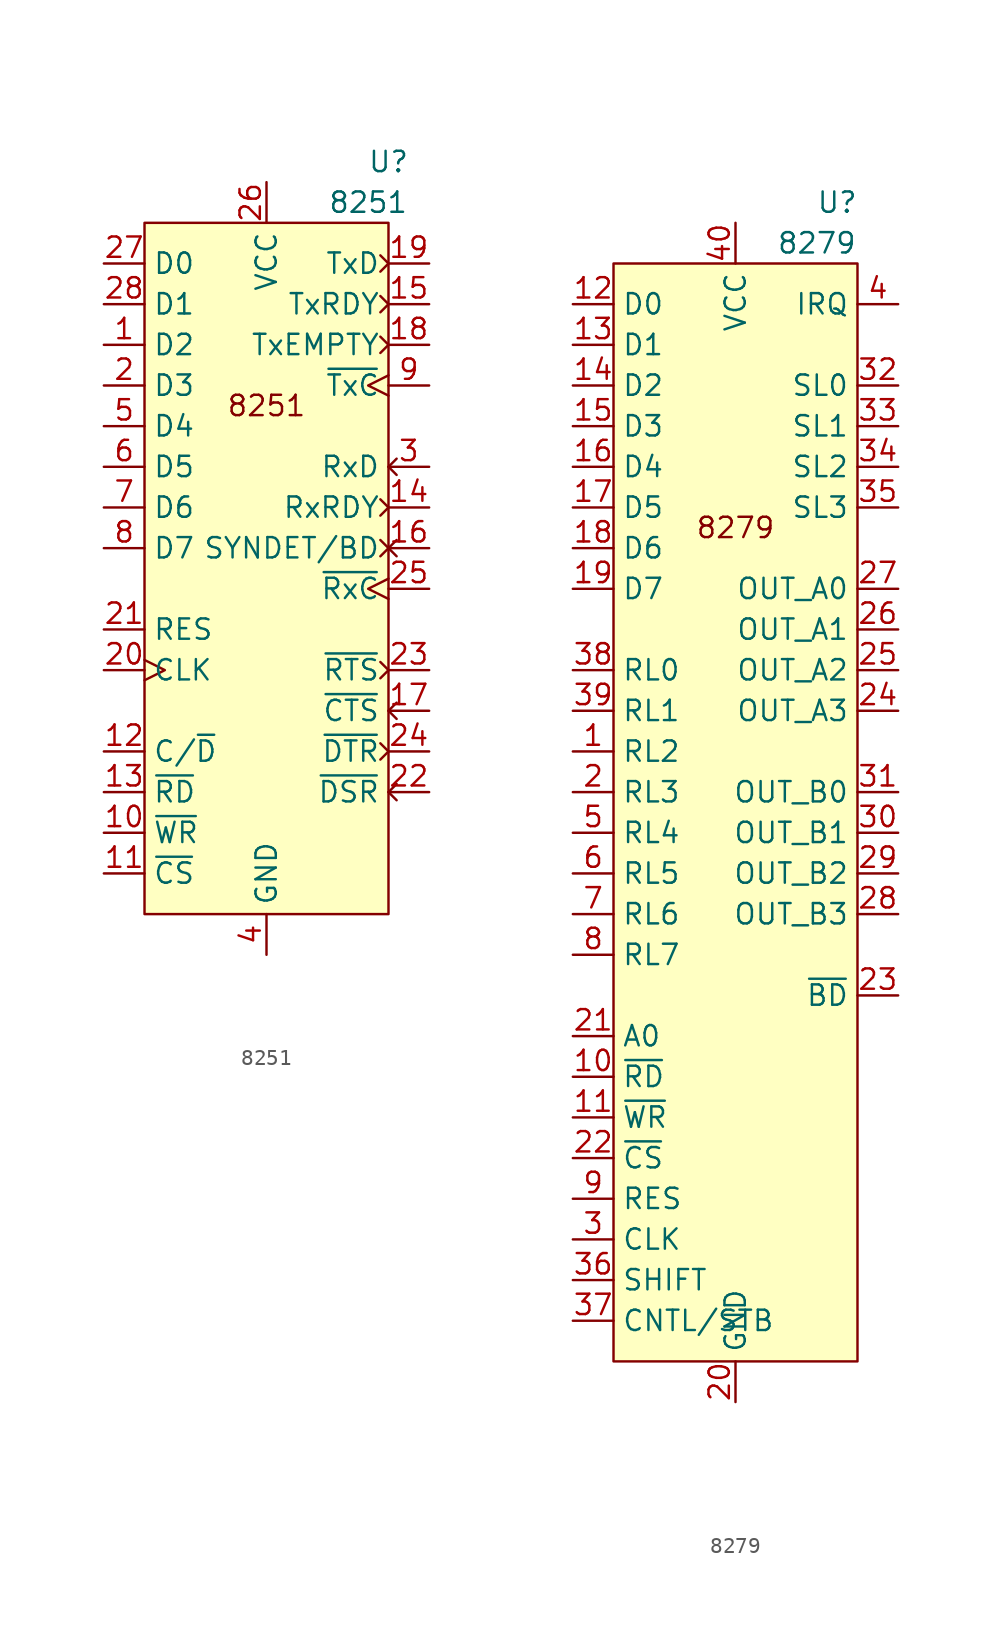
<source format=kicad_sym>
(kicad_symbol_lib
  (version 20220914)
  (generator kicad_symbol_editor)
  (symbol "8251"
    (property "Reference" "U"
      (at 7.62 25.4 0)
      (effects (font (size 1.27 1.27))))
    (property "Value" "8251"
      (at 6.35 22.86 0)
      (effects (font (size 1.27 1.27))))
    (symbol "8251_1_1"
      (rectangle (start -7.62 21.59) (end 7.62 -21.59) (stroke (width 0) (type default)) (fill (type background)))
      (polyline (pts (xy 7.112 1.778) (xy 8.128 0.762)) (stroke (width 0) (type default)) (fill (type none)))
      (polyline (pts (xy 8.128 1.778) (xy 7.112 0.762)) (stroke (width 0) (type default)) (fill (type none)))
      (polyline (pts (xy 7.112 -10.922) (xy 7.62 -11.43) (xy 7.112 -11.938)) (stroke (width 0) (type default)) (fill (type none)))
      (polyline (pts (xy 7.112 -5.842) (xy 7.62 -6.35) (xy 7.112 -6.858)) (stroke (width 0) (type default)) (fill (type none)))
      (polyline (pts (xy 7.112 4.318) (xy 7.62 3.81) (xy 7.112 3.302)) (stroke (width 0) (type default)) (fill (type none)))
      (polyline (pts (xy 7.112 14.478) (xy 7.62 13.97) (xy 7.112 13.462)) (stroke (width 0) (type default)) (fill (type none)))
      (polyline (pts (xy 7.112 17.018) (xy 7.62 16.51) (xy 7.112 16.002)) (stroke (width 0) (type default)) (fill (type none)))
      (polyline (pts (xy 7.112 19.558) (xy 7.62 19.05) (xy 7.112 18.542)) (stroke (width 0) (type default)) (fill (type none)))
      (polyline (pts (xy 8.128 -13.462) (xy 7.62 -13.97) (xy 8.128 -14.478)) (stroke (width 0) (type default)) (fill (type none)))
      (polyline (pts (xy 8.128 -8.382) (xy 7.62 -8.89) (xy 8.128 -9.398)) (stroke (width 0) (type default)) (fill (type none)))
      (polyline (pts (xy 8.128 6.858) (xy 7.62 6.35) (xy 8.128 5.842)) (stroke (width 0) (type default)) (fill (type none)))
      (text "8251" (at 0 10.16 0) (effects (font (size 1.27 1.27))))
      (pin bidirectional line (at -10.16 13.97 0) (length 2.54) (name "D2" (effects (font (size 1.27 1.27)))) (number "1" (effects (font (size 1.27 1.27)))))
      (pin bidirectional line (at -10.16 -16.51 0) (length 2.54) (name "~{WR}" (effects (font (size 1.27 1.27)))) (number "10" (effects (font (size 1.27 1.27)))))
      (pin bidirectional line (at -10.16 -19.05 0) (length 2.54) (name "~{CS}" (effects (font (size 1.27 1.27)))) (number "11" (effects (font (size 1.27 1.27)))))
      (pin bidirectional line (at -10.16 -11.43 0) (length 2.54) (name "C/~{D}" (effects (font (size 1.27 1.27)))) (number "12" (effects (font (size 1.27 1.27)))))
      (pin bidirectional line (at -10.16 -13.97 0) (length 2.54) (name "~{RD}" (effects (font (size 1.27 1.27)))) (number "13" (effects (font (size 1.27 1.27)))))
      (pin output line (at 10.16 3.81 180) (length 2.54) (name "RxRDY" (effects (font (size 1.27 1.27)))) (number "14" (effects (font (size 1.27 1.27)))))
      (pin output line (at 10.16 16.51 180) (length 2.54) (name "TxRDY" (effects (font (size 1.27 1.27)))) (number "15" (effects (font (size 1.27 1.27)))))
      (pin bidirectional line (at 10.16 1.27 180) (length 2.54) (name "SYNDET/BD" (effects (font (size 1.27 1.27)))) (number "16" (effects (font (size 1.27 1.27)))))
      (pin input line (at 10.16 -8.89 180) (length 2.54) (name "~{CTS}" (effects (font (size 1.27 1.27)))) (number "17" (effects (font (size 1.27 1.27)))))
      (pin output line (at 10.16 13.97 180) (length 2.54) (name "TxEMPTY" (effects (font (size 1.27 1.27)))) (number "18" (effects (font (size 1.27 1.27)))))
      (pin output line (at 10.16 19.05 180) (length 2.54) (name "TxD" (effects (font (size 1.27 1.27)))) (number "19" (effects (font (size 1.27 1.27)))))
      (pin bidirectional line (at -10.16 11.43 0) (length 2.54) (name "D3" (effects (font (size 1.27 1.27)))) (number "2" (effects (font (size 1.27 1.27)))))
      (pin bidirectional clock (at -10.16 -6.35 0) (length 2.54) (name "CLK" (effects (font (size 1.27 1.27)))) (number "20" (effects (font (size 1.27 1.27)))))
      (pin bidirectional line (at -10.16 -3.81 0) (length 2.54) (name "RES" (effects (font (size 1.27 1.27)))) (number "21" (effects (font (size 1.27 1.27)))))
      (pin input line (at 10.16 -13.97 180) (length 2.54) (name "~{DSR}" (effects (font (size 1.27 1.27)))) (number "22" (effects (font (size 1.27 1.27)))))
      (pin output line (at 10.16 -6.35 180) (length 2.54) (name "~{RTS}" (effects (font (size 1.27 1.27)))) (number "23" (effects (font (size 1.27 1.27)))))
      (pin output line (at 10.16 -11.43 180) (length 2.54) (name "~{DTR}" (effects (font (size 1.27 1.27)))) (number "24" (effects (font (size 1.27 1.27)))))
      (pin input clock (at 10.16 -1.27 180) (length 2.54) (name "~{RxC}" (effects (font (size 1.27 1.27)))) (number "25" (effects (font (size 1.27 1.27)))))
      (pin input line (at 0 24.13 270) (length 2.54) (name "VCC" (effects (font (size 1.27 1.27)))) (number "26" (effects (font (size 1.27 1.27)))))
      (pin bidirectional line (at -10.16 19.05 0) (length 2.54) (name "D0" (effects (font (size 1.27 1.27)))) (number "27" (effects (font (size 1.27 1.27)))))
      (pin bidirectional line (at -10.16 16.51 0) (length 2.54) (name "D1" (effects (font (size 1.27 1.27)))) (number "28" (effects (font (size 1.27 1.27)))))
      (pin input line (at 10.16 6.35 180) (length 2.54) (name "RxD" (effects (font (size 1.27 1.27)))) (number "3" (effects (font (size 1.27 1.27)))))
      (pin input line (at 0 -24.13 90) (length 2.54) (name "GND" (effects (font (size 1.27 1.27)))) (number "4" (effects (font (size 1.27 1.27)))))
      (pin bidirectional line (at -10.16 8.89 0) (length 2.54) (name "D4" (effects (font (size 1.27 1.27)))) (number "5" (effects (font (size 1.27 1.27)))))
      (pin bidirectional line (at -10.16 6.35 0) (length 2.54) (name "D5" (effects (font (size 1.27 1.27)))) (number "6" (effects (font (size 1.27 1.27)))))
      (pin bidirectional line (at -10.16 3.81 0) (length 2.54) (name "D6" (effects (font (size 1.27 1.27)))) (number "7" (effects (font (size 1.27 1.27)))))
      (pin bidirectional line (at -10.16 1.27 0) (length 2.54) (name "D7" (effects (font (size 1.27 1.27)))) (number "8" (effects (font (size 1.27 1.27)))))
      (pin input clock (at 10.16 11.43 180) (length 2.54) (name "~{TxC}" (effects (font (size 1.27 1.27)))) (number "9" (effects (font (size 1.27 1.27)))))))
  (symbol "8279"
    (property "Reference" "U"
      (at 6.35 33.02 0)
      (effects (font (size 1.27 1.27))))
    (property "Value" "8279"
      (at 5.08 30.48 0)
      (effects (font (size 1.27 1.27))))
    (symbol "8279_1_1"
      (rectangle (start -7.62 29.21) (end 7.62 -39.37) (stroke (width 0) (type default)) (fill (type background)))
      (text "8279" (at 0 12.7 0) (effects (font (size 1.27 1.27))))
      (pin input line (at -10.16 -1.27 0) (length 2.54) (name "RL2" (effects (font (size 1.27 1.27)))) (number "1" (effects (font (size 1.27 1.27)))))
      (pin input line (at -10.16 -21.59 0) (length 2.54) (name "~{RD}" (effects (font (size 1.27 1.27)))) (number "10" (effects (font (size 1.27 1.27)))))
      (pin input line (at -10.16 -24.13 0) (length 2.54) (name "~{WR}" (effects (font (size 1.27 1.27)))) (number "11" (effects (font (size 1.27 1.27)))))
      (pin bidirectional line (at -10.16 26.67 0) (length 2.54) (name "D0" (effects (font (size 1.27 1.27)))) (number "12" (effects (font (size 1.27 1.27)))))
      (pin bidirectional line (at -10.16 24.13 0) (length 2.54) (name "D1" (effects (font (size 1.27 1.27)))) (number "13" (effects (font (size 1.27 1.27)))))
      (pin bidirectional line (at -10.16 21.59 0) (length 2.54) (name "D2" (effects (font (size 1.27 1.27)))) (number "14" (effects (font (size 1.27 1.27)))))
      (pin bidirectional line (at -10.16 19.05 0) (length 2.54) (name "D3" (effects (font (size 1.27 1.27)))) (number "15" (effects (font (size 1.27 1.27)))))
      (pin bidirectional line (at -10.16 16.51 0) (length 2.54) (name "D4" (effects (font (size 1.27 1.27)))) (number "16" (effects (font (size 1.27 1.27)))))
      (pin bidirectional line (at -10.16 13.97 0) (length 2.54) (name "D5" (effects (font (size 1.27 1.27)))) (number "17" (effects (font (size 1.27 1.27)))))
      (pin bidirectional line (at -10.16 11.43 0) (length 2.54) (name "D6" (effects (font (size 1.27 1.27)))) (number "18" (effects (font (size 1.27 1.27)))))
      (pin bidirectional line (at -10.16 8.89 0) (length 2.54) (name "D7" (effects (font (size 1.27 1.27)))) (number "19" (effects (font (size 1.27 1.27)))))
      (pin input line (at -10.16 -3.81 0) (length 2.54) (name "RL3" (effects (font (size 1.27 1.27)))) (number "2" (effects (font (size 1.27 1.27)))))
      (pin power_in line (at 0 -41.91 90) (length 2.54) (name "GND" (effects (font (size 1.27 1.27)))) (number "20" (effects (font (size 1.27 1.27)))))
      (pin input line (at -10.16 -19.05 0) (length 2.54) (name "A0" (effects (font (size 1.27 1.27)))) (number "21" (effects (font (size 1.27 1.27)))))
      (pin input line (at -10.16 -26.67 0) (length 2.54) (name "~{CS}" (effects (font (size 1.27 1.27)))) (number "22" (effects (font (size 1.27 1.27)))))
      (pin output line (at 10.16 -16.51 180) (length 2.54) (name "~{BD}" (effects (font (size 1.27 1.27)))) (number "23" (effects (font (size 1.27 1.27)))))
      (pin output line (at 10.16 1.27 180) (length 2.54) (name "OUT_A3" (effects (font (size 1.27 1.27)))) (number "24" (effects (font (size 1.27 1.27)))))
      (pin output line (at 10.16 3.81 180) (length 2.54) (name "OUT_A2" (effects (font (size 1.27 1.27)))) (number "25" (effects (font (size 1.27 1.27)))))
      (pin output line (at 10.16 6.35 180) (length 2.54) (name "OUT_A1" (effects (font (size 1.27 1.27)))) (number "26" (effects (font (size 1.27 1.27)))))
      (pin output line (at 10.16 8.89 180) (length 2.54) (name "OUT_A0" (effects (font (size 1.27 1.27)))) (number "27" (effects (font (size 1.27 1.27)))))
      (pin output line (at 10.16 -11.43 180) (length 2.54) (name "OUT_B3" (effects (font (size 1.27 1.27)))) (number "28" (effects (font (size 1.27 1.27)))))
      (pin output line (at 10.16 -8.89 180) (length 2.54) (name "OUT_B2" (effects (font (size 1.27 1.27)))) (number "29" (effects (font (size 1.27 1.27)))))
      (pin input line (at -10.16 -31.75 0) (length 2.54) (name "CLK" (effects (font (size 1.27 1.27)))) (number "3" (effects (font (size 1.27 1.27)))))
      (pin output line (at 10.16 -6.35 180) (length 2.54) (name "OUT_B1" (effects (font (size 1.27 1.27)))) (number "30" (effects (font (size 1.27 1.27)))))
      (pin output line (at 10.16 -3.81 180) (length 2.54) (name "OUT_B0" (effects (font (size 1.27 1.27)))) (number "31" (effects (font (size 1.27 1.27)))))
      (pin output line (at 10.16 21.59 180) (length 2.54) (name "SL0" (effects (font (size 1.27 1.27)))) (number "32" (effects (font (size 1.27 1.27)))))
      (pin output line (at 10.16 19.05 180) (length 2.54) (name "SL1" (effects (font (size 1.27 1.27)))) (number "33" (effects (font (size 1.27 1.27)))))
      (pin output line (at 10.16 16.51 180) (length 2.54) (name "SL2" (effects (font (size 1.27 1.27)))) (number "34" (effects (font (size 1.27 1.27)))))
      (pin output line (at 10.16 13.97 180) (length 2.54) (name "SL3" (effects (font (size 1.27 1.27)))) (number "35" (effects (font (size 1.27 1.27)))))
      (pin input line (at -10.16 -34.29 0) (length 2.54) (name "SHIFT" (effects (font (size 1.27 1.27)))) (number "36" (effects (font (size 1.27 1.27)))))
      (pin input line (at -10.16 -36.83 0) (length 2.54) (name "CNTL/STB" (effects (font (size 1.27 1.27)))) (number "37" (effects (font (size 1.27 1.27)))))
      (pin input line (at -10.16 3.81 0) (length 2.54) (name "RL0" (effects (font (size 1.27 1.27)))) (number "38" (effects (font (size 1.27 1.27)))))
      (pin input line (at -10.16 1.27 0) (length 2.54) (name "RL1" (effects (font (size 1.27 1.27)))) (number "39" (effects (font (size 1.27 1.27)))))
      (pin output line (at 10.16 26.67 180) (length 2.54) (name "IRQ" (effects (font (size 1.27 1.27)))) (number "4" (effects (font (size 1.27 1.27)))))
      (pin power_in line (at 0 31.75 270) (length 2.54) (name "VCC" (effects (font (size 1.27 1.27)))) (number "40" (effects (font (size 1.27 1.27)))))
      (pin input line (at -10.16 -6.35 0) (length 2.54) (name "RL4" (effects (font (size 1.27 1.27)))) (number "5" (effects (font (size 1.27 1.27)))))
      (pin input line (at -10.16 -8.89 0) (length 2.54) (name "RL5" (effects (font (size 1.27 1.27)))) (number "6" (effects (font (size 1.27 1.27)))))
      (pin input line (at -10.16 -11.43 0) (length 2.54) (name "RL6" (effects (font (size 1.27 1.27)))) (number "7" (effects (font (size 1.27 1.27)))))
      (pin input line (at -10.16 -13.97 0) (length 2.54) (name "RL7" (effects (font (size 1.27 1.27)))) (number "8" (effects (font (size 1.27 1.27)))))
      (pin input line (at -10.16 -29.21 0) (length 2.54) (name "RES" (effects (font (size 1.27 1.27)))) (number "9" (effects (font (size 1.27 1.27))))))))
</source>
